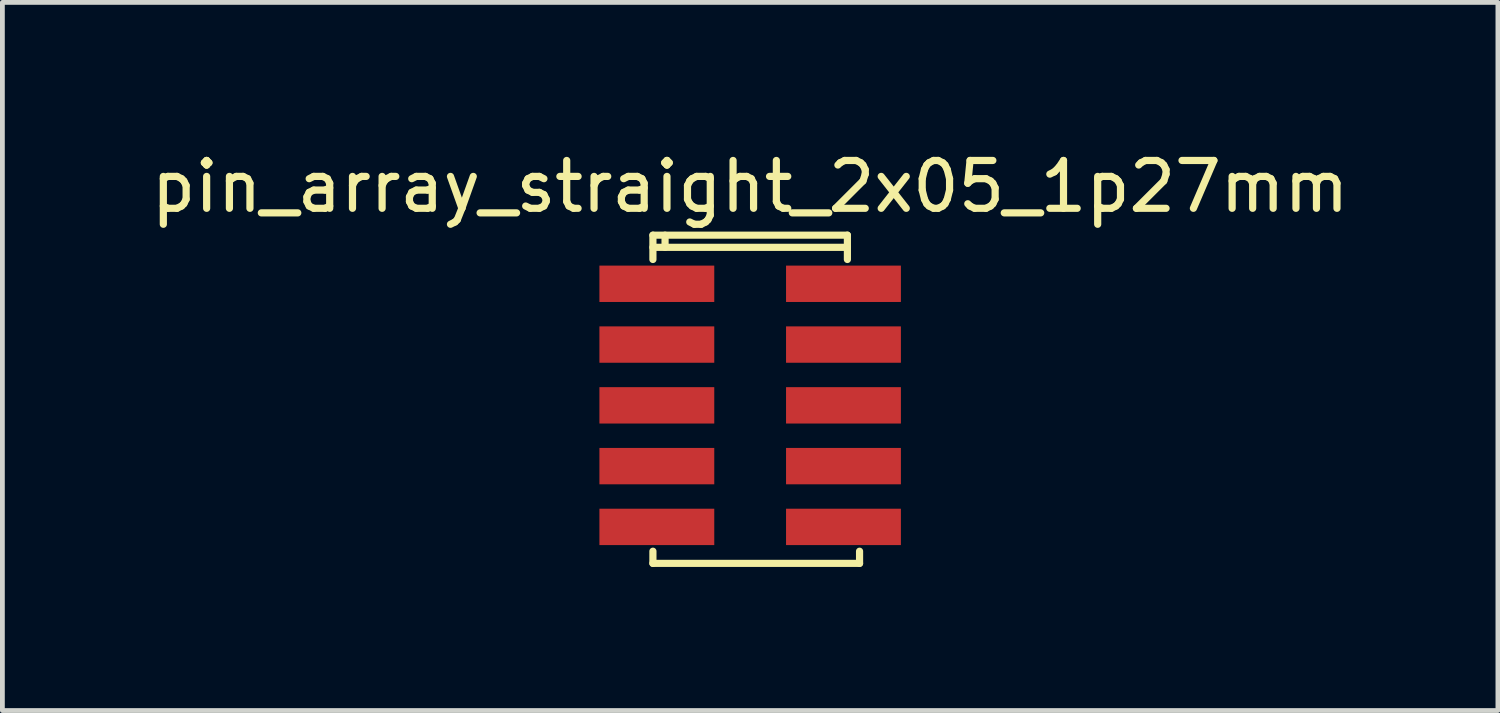
<source format=kicad_pcb>
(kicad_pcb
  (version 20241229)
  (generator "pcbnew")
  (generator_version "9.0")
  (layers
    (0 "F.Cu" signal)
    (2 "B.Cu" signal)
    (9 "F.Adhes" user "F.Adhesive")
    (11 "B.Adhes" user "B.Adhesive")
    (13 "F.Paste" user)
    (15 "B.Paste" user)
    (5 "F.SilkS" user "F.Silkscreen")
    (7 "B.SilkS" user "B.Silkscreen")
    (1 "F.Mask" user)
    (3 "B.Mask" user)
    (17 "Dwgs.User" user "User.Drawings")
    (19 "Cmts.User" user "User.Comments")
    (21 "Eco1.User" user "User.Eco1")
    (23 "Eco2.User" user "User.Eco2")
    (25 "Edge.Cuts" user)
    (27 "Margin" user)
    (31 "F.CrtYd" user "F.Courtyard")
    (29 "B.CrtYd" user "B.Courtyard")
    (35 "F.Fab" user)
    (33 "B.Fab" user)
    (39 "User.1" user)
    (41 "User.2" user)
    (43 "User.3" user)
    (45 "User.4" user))
  (footprint "pin_array_straight_2x05_1p27mm"
    (layer "F.Cu")
    (at 12.625 2.88)
    (property "Reference" "pin_array_straight_2x05_1p27mm" (at 0 -2.032 0) (layer "F.SilkS") (effects (font (size 1 1) (thickness 0.15))))
    (attr through_hole)
    (fp_line (start -2.032 -1.016) (end 2.032 -1.016) (stroke (width 0.15) (type solid)) (layer "F.SilkS"))
    (fp_line (start -2.032 -0.508) (end -2.032 -1.016) (stroke (width 0.15) (type solid)) (layer "F.SilkS"))
    (fp_line (start -2.032 5.588) (end -2.032 5.842) (stroke (width 0.15) (type solid)) (layer "F.SilkS"))
    (fp_line (start -2.032 5.842) (end 2.286 5.842) (stroke (width 0.15) (type solid)) (layer "F.SilkS"))
    (fp_line (start -1.778 -1.016) (end -1.778 -0.762) (stroke (width 0.15) (type solid)) (layer "F.SilkS"))
    (fp_line (start 2.032 -1.016) (end 2.032 -0.508) (stroke (width 0.15) (type solid)) (layer "F.SilkS"))
    (fp_line (start 2.032 -0.762) (end -2.032 -0.762) (stroke (width 0.15) (type solid)) (layer "F.SilkS"))
    (fp_line (start 2.286 5.842) (end 2.286 5.588) (stroke (width 0.15) (type solid)) (layer "F.SilkS"))
    (pad "1" smd rect (at -1.95 0) (size 2.4 0.76) (layers "F.Cu" "F.Mask" "F.Paste"))
    (pad "2" smd rect (at 1.95 0) (size 2.4 0.76) (layers "F.Cu" "F.Mask" "F.Paste"))
    (pad "3" smd rect (at -1.95 1.27) (size 2.4 0.76) (layers "F.Cu" "F.Mask" "F.Paste"))
    (pad "4" smd rect (at 1.95 1.27) (size 2.4 0.76) (layers "F.Cu" "F.Mask" "F.Paste"))
    (pad "5" smd rect (at -1.95 2.54) (size 2.4 0.76) (layers "F.Cu" "F.Mask" "F.Paste"))
    (pad "6" smd rect (at 1.95 2.54) (size 2.4 0.76) (layers "F.Cu" "F.Mask" "F.Paste"))
    (pad "7" smd rect (at -1.95 3.81) (size 2.4 0.76) (layers "F.Cu" "F.Mask" "F.Paste"))
    (pad "8" smd rect (at 1.95 3.81) (size 2.4 0.76) (layers "F.Cu" "F.Mask" "F.Paste"))
    (pad "9" smd rect (at -1.95 5.08) (size 2.4 0.76) (layers "F.Cu" "F.Mask" "F.Paste"))
    (pad "10" smd rect (at 1.95 5.08) (size 2.4 0.76) (layers "F.Cu" "F.Mask" "F.Paste")))
  (gr_rect
    (start -3 -3)
    (end 28.25 11.797)
    (stroke (width 0.1) (type default))
    (fill no)
    (layer "Edge.Cuts")))
</source>
